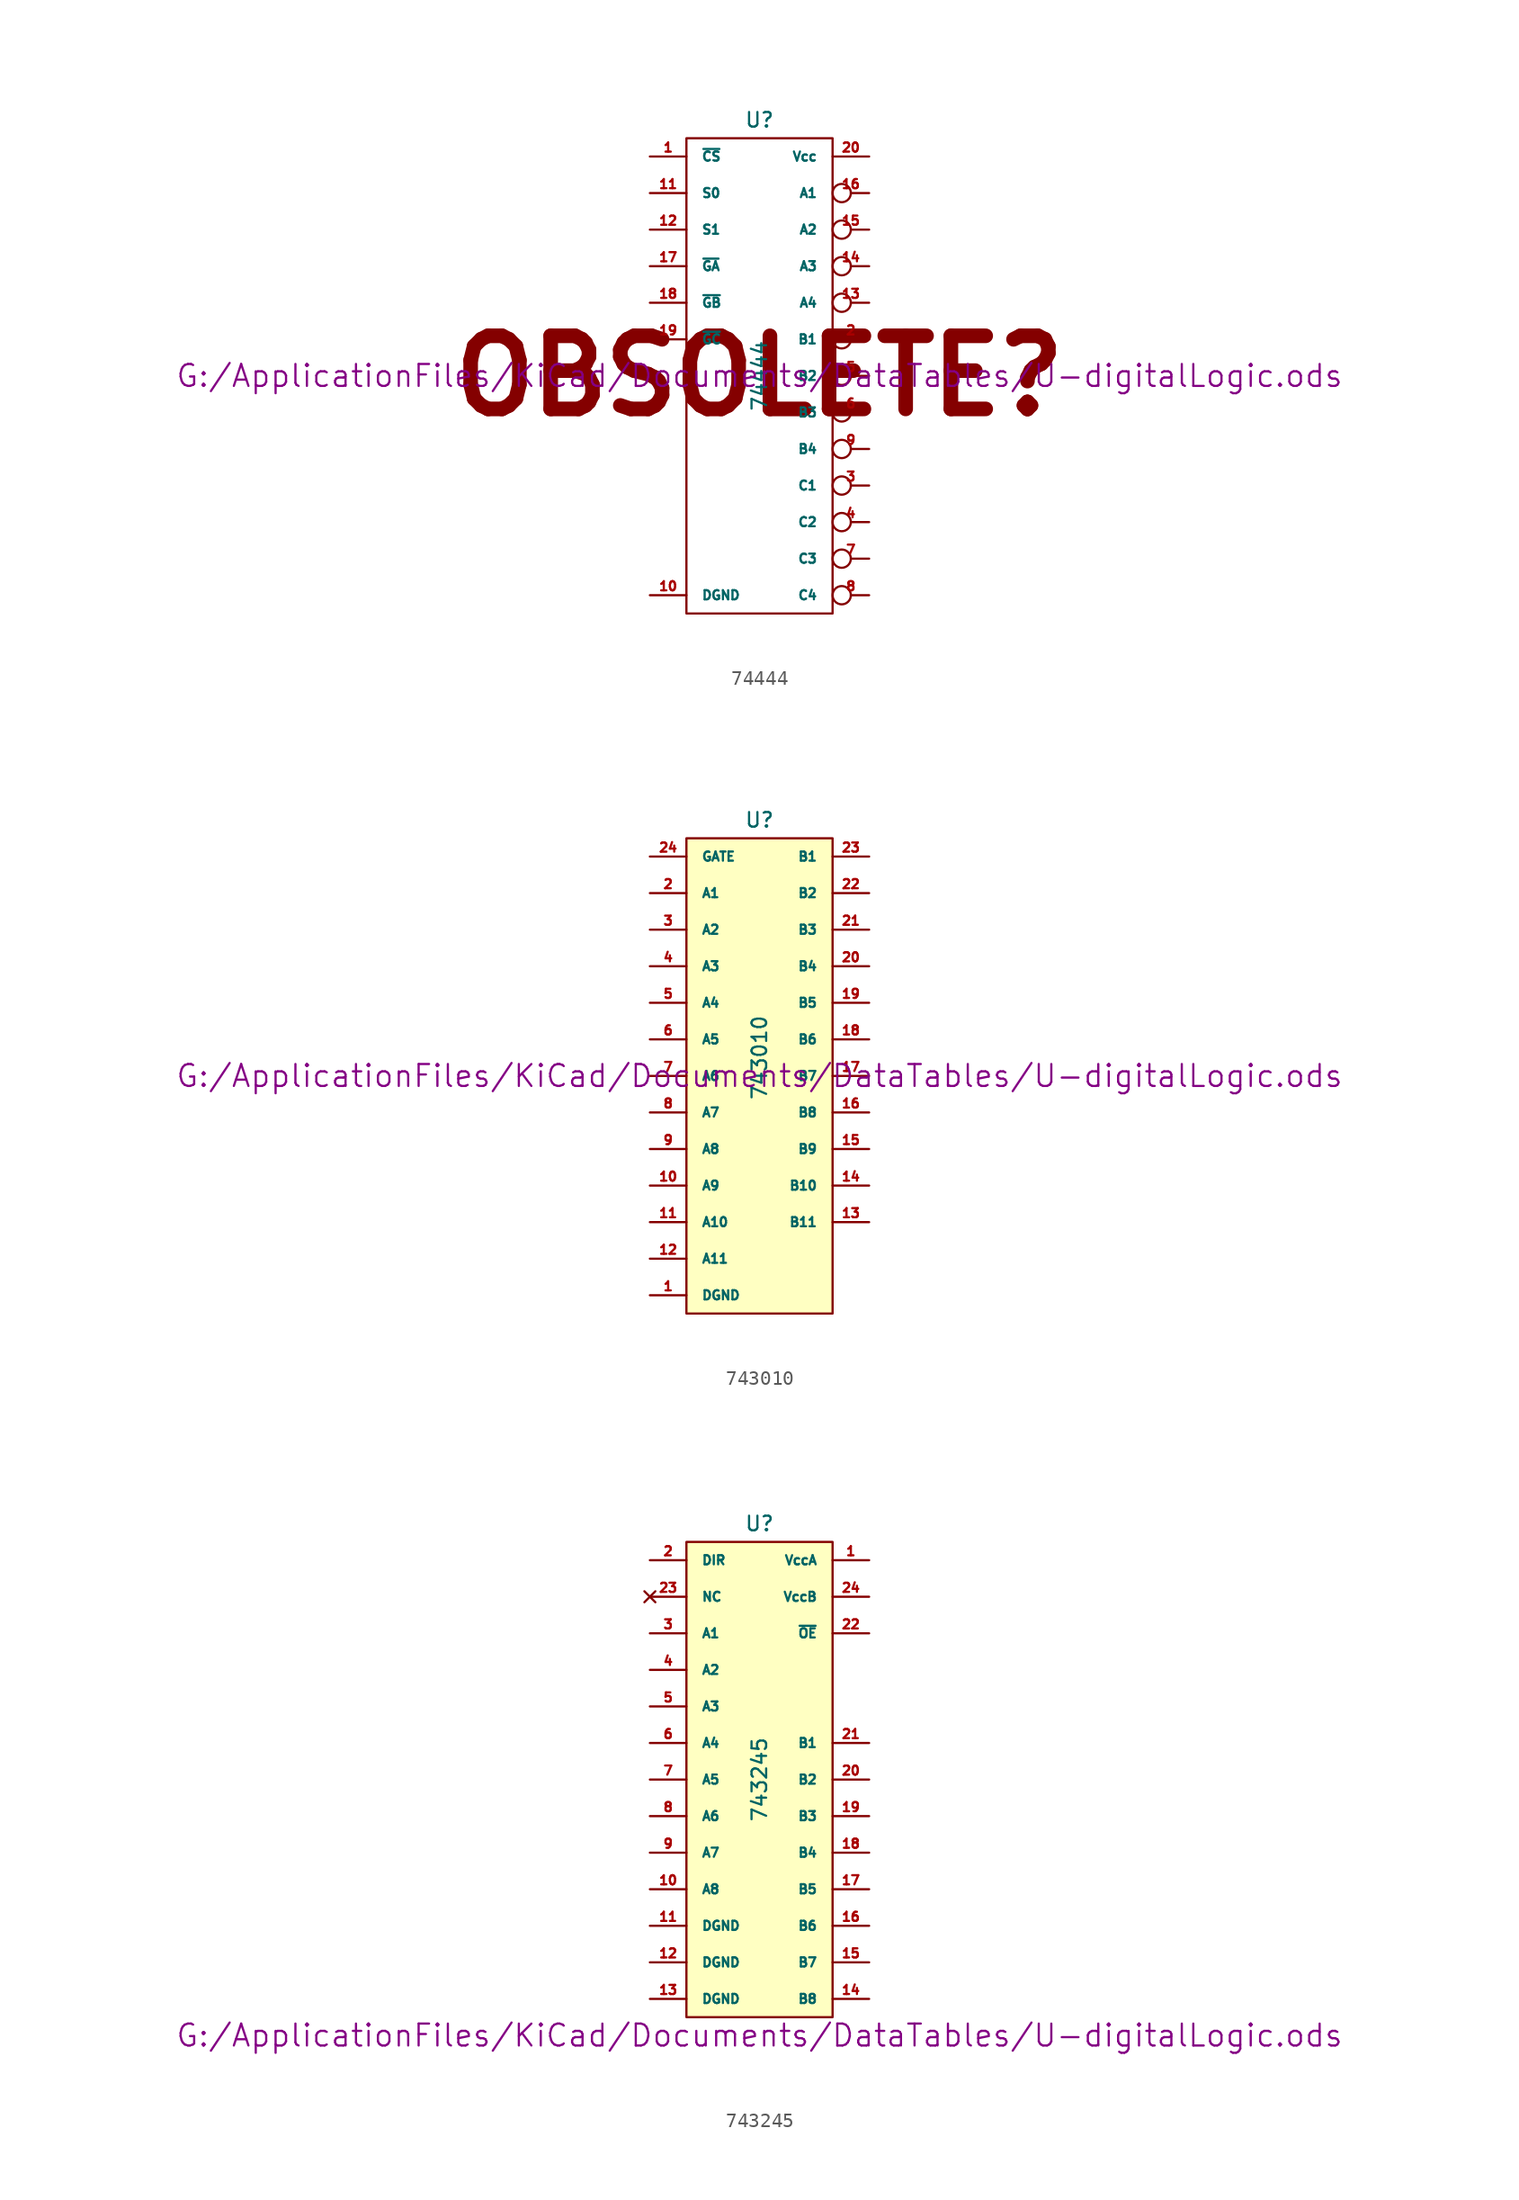
<source format=kicad_sym>
(kicad_symbol_lib
  (version 20211014)
  (generator kicad_symbol_editor)
  (symbol "74444"
    (pin_names
      (offset 1.016))
    (property "Reference" "U"
      (at 0 17.78 0)
      (effects (font (size 1.016 1.016))))
    (property "Value" "74444"
      (at 0 0 90)
      (effects (font (size 1.016 1.016))))
    (property "Footprint" ""
      (at 0 0 0)
      (effects (font (size 1.524 1.524))))
    (property "Datasheet" "G:/ApplicationFiles/KiCad/Documents/DataTables/U-digitalLogic.ods"
      (at 0 0 0)
      (effects (font (size 1.524 1.524))))
    (symbol "74444_0_0"
      (text "OBSOLETE?" (at 0 0 0) (effects (font (size 5.08 5.08) bold))))
    (symbol "74444_0_1"
      (rectangle (start -5.08 16.51) (end 5.08 -16.51) (stroke (width 0) (type default) (color 0 0 0 0)) (fill (type none))))
    (symbol "74444_1_1"
      (pin input line (at -7.62 15.24 0) (length 2.54) (name "~{CS}" (effects (font (size 0.635 0.635)))) (number "1" (effects (font (size 0.635 0.635)))))
      (pin power_in line (at -7.62 -15.24 0) (length 2.54) (name "DGND" (effects (font (size 0.635 0.635)))) (number "10" (effects (font (size 0.635 0.635)))))
      (pin input line (at -7.62 12.7 0) (length 2.54) (name "S0" (effects (font (size 0.635 0.635)))) (number "11" (effects (font (size 0.635 0.635)))))
      (pin input line (at -7.62 10.16 0) (length 2.54) (name "S1" (effects (font (size 0.635 0.635)))) (number "12" (effects (font (size 0.635 0.635)))))
      (pin tri_state inverted (at 7.62 5.08 180) (length 2.54) (name "A4" (effects (font (size 0.635 0.635)))) (number "13" (effects (font (size 0.635 0.635)))))
      (pin tri_state inverted (at 7.62 7.62 180) (length 2.54) (name "A3" (effects (font (size 0.635 0.635)))) (number "14" (effects (font (size 0.635 0.635)))))
      (pin tri_state inverted (at 7.62 10.16 180) (length 2.54) (name "A2" (effects (font (size 0.635 0.635)))) (number "15" (effects (font (size 0.635 0.635)))))
      (pin tri_state inverted (at 7.62 12.7 180) (length 2.54) (name "A1" (effects (font (size 0.635 0.635)))) (number "16" (effects (font (size 0.635 0.635)))))
      (pin input line (at -7.62 7.62 0) (length 2.54) (name "~{GA}" (effects (font (size 0.635 0.635)))) (number "17" (effects (font (size 0.635 0.635)))))
      (pin input line (at -7.62 5.08 0) (length 2.54) (name "~{GB}" (effects (font (size 0.635 0.635)))) (number "18" (effects (font (size 0.635 0.635)))))
      (pin input line (at -7.62 2.54 0) (length 2.54) (name "~{GC}" (effects (font (size 0.635 0.635)))) (number "19" (effects (font (size 0.635 0.635)))))
      (pin tri_state inverted (at 7.62 2.54 180) (length 2.54) (name "B1" (effects (font (size 0.635 0.635)))) (number "2" (effects (font (size 0.635 0.635)))))
      (pin power_in line (at 7.62 15.24 180) (length 2.54) (name "Vcc" (effects (font (size 0.635 0.635)))) (number "20" (effects (font (size 0.635 0.635)))))
      (pin tri_state inverted (at 7.62 -7.62 180) (length 2.54) (name "C1" (effects (font (size 0.635 0.635)))) (number "3" (effects (font (size 0.635 0.635)))))
      (pin tri_state inverted (at 7.62 -10.16 180) (length 2.54) (name "C2" (effects (font (size 0.635 0.635)))) (number "4" (effects (font (size 0.635 0.635)))))
      (pin tri_state inverted (at 7.62 0 180) (length 2.54) (name "B2" (effects (font (size 0.635 0.635)))) (number "5" (effects (font (size 0.635 0.635)))))
      (pin tri_state inverted (at 7.62 -2.54 180) (length 2.54) (name "B3" (effects (font (size 0.635 0.635)))) (number "6" (effects (font (size 0.635 0.635)))))
      (pin tri_state inverted (at 7.62 -12.7 180) (length 2.54) (name "C3" (effects (font (size 0.635 0.635)))) (number "7" (effects (font (size 0.635 0.635)))))
      (pin tri_state inverted (at 7.62 -15.24 180) (length 2.54) (name "C4" (effects (font (size 0.635 0.635)))) (number "8" (effects (font (size 0.635 0.635)))))
      (pin tri_state inverted (at 7.62 -5.08 180) (length 2.54) (name "B4" (effects (font (size 0.635 0.635)))) (number "9" (effects (font (size 0.635 0.635)))))))
  (symbol "743010"
    (pin_names
      (offset 1.016))
    (property "Reference" "U"
      (at 0 17.78 0)
      (effects (font (size 1.016 1.016))))
    (property "Value" "743010"
      (at 0 1.27 90)
      (effects (font (size 1.016 1.016))))
    (property "Footprint" ""
      (at 0 0 0)
      (effects (font (size 1.524 1.524))))
    (property "Datasheet" "G:/ApplicationFiles/KiCad/Documents/DataTables/U-digitalLogic.ods"
      (at 0 0 0)
      (effects (font (size 1.524 1.524))))
    (symbol "743010_0_1"
      (rectangle (start -5.08 16.51) (end 5.08 -16.51) (stroke (width 0) (type default) (color 0 0 0 0)) (fill (type background))))
    (symbol "743010_1_1"
      (pin power_in line (at -7.62 -15.24 0) (length 2.54) (name "DGND" (effects (font (size 0.635 0.635)))) (number "1" (effects (font (size 0.635 0.635)))))
      (pin bidirectional line (at -7.62 -7.62 0) (length 2.54) (name "A9" (effects (font (size 0.635 0.635)))) (number "10" (effects (font (size 0.635 0.635)))))
      (pin bidirectional line (at -7.62 -10.16 0) (length 2.54) (name "A10" (effects (font (size 0.635 0.635)))) (number "11" (effects (font (size 0.635 0.635)))))
      (pin bidirectional line (at -7.62 -12.7 0) (length 2.54) (name "A11" (effects (font (size 0.635 0.635)))) (number "12" (effects (font (size 0.635 0.635)))))
      (pin bidirectional line (at 7.62 -10.16 180) (length 2.54) (name "B11" (effects (font (size 0.635 0.635)))) (number "13" (effects (font (size 0.635 0.635)))))
      (pin bidirectional line (at 7.62 -7.62 180) (length 2.54) (name "B10" (effects (font (size 0.635 0.635)))) (number "14" (effects (font (size 0.635 0.635)))))
      (pin bidirectional line (at 7.62 -5.08 180) (length 2.54) (name "B9" (effects (font (size 0.635 0.635)))) (number "15" (effects (font (size 0.635 0.635)))))
      (pin bidirectional line (at 7.62 -2.54 180) (length 2.54) (name "B8" (effects (font (size 0.635 0.635)))) (number "16" (effects (font (size 0.635 0.635)))))
      (pin bidirectional line (at 7.62 0 180) (length 2.54) (name "B7" (effects (font (size 0.635 0.635)))) (number "17" (effects (font (size 0.635 0.635)))))
      (pin bidirectional line (at 7.62 2.54 180) (length 2.54) (name "B6" (effects (font (size 0.635 0.635)))) (number "18" (effects (font (size 0.635 0.635)))))
      (pin bidirectional line (at 7.62 5.08 180) (length 2.54) (name "B5" (effects (font (size 0.635 0.635)))) (number "19" (effects (font (size 0.635 0.635)))))
      (pin bidirectional line (at -7.62 12.7 0) (length 2.54) (name "A1" (effects (font (size 0.635 0.635)))) (number "2" (effects (font (size 0.635 0.635)))))
      (pin bidirectional line (at 7.62 7.62 180) (length 2.54) (name "B4" (effects (font (size 0.635 0.635)))) (number "20" (effects (font (size 0.635 0.635)))))
      (pin bidirectional line (at 7.62 10.16 180) (length 2.54) (name "B3" (effects (font (size 0.635 0.635)))) (number "21" (effects (font (size 0.635 0.635)))))
      (pin bidirectional line (at 7.62 12.7 180) (length 2.54) (name "B2" (effects (font (size 0.635 0.635)))) (number "22" (effects (font (size 0.635 0.635)))))
      (pin bidirectional line (at 7.62 15.24 180) (length 2.54) (name "B1" (effects (font (size 0.635 0.635)))) (number "23" (effects (font (size 0.635 0.635)))))
      (pin input line (at -7.62 15.24 0) (length 2.54) (name "GATE" (effects (font (size 0.635 0.635)))) (number "24" (effects (font (size 0.635 0.635)))))
      (pin bidirectional line (at -7.62 10.16 0) (length 2.54) (name "A2" (effects (font (size 0.635 0.635)))) (number "3" (effects (font (size 0.635 0.635)))))
      (pin bidirectional line (at -7.62 7.62 0) (length 2.54) (name "A3" (effects (font (size 0.635 0.635)))) (number "4" (effects (font (size 0.635 0.635)))))
      (pin bidirectional line (at -7.62 5.08 0) (length 2.54) (name "A4" (effects (font (size 0.635 0.635)))) (number "5" (effects (font (size 0.635 0.635)))))
      (pin bidirectional line (at -7.62 2.54 0) (length 2.54) (name "A5" (effects (font (size 0.635 0.635)))) (number "6" (effects (font (size 0.635 0.635)))))
      (pin bidirectional line (at -7.62 0 0) (length 2.54) (name "A6" (effects (font (size 0.635 0.635)))) (number "7" (effects (font (size 0.635 0.635)))))
      (pin bidirectional line (at -7.62 -2.54 0) (length 2.54) (name "A7" (effects (font (size 0.635 0.635)))) (number "8" (effects (font (size 0.635 0.635)))))
      (pin bidirectional line (at -7.62 -5.08 0) (length 2.54) (name "A8" (effects (font (size 0.635 0.635)))) (number "9" (effects (font (size 0.635 0.635)))))))
  (symbol "743245"
    (pin_names
      (offset 1.016))
    (property "Reference" "U"
      (at 0 17.78 0)
      (effects (font (size 1.016 1.016))))
    (property "Value" "743245"
      (at 0 0 90)
      (effects (font (size 1.016 1.016))))
    (property "Footprint" ""
      (at 0 -17.78 0)
      (effects (font (size 1.524 1.524))))
    (property "Datasheet" "G:/ApplicationFiles/KiCad/Documents/DataTables/U-digitalLogic.ods"
      (at 0 -17.78 0)
      (effects (font (size 1.524 1.524))))
    (symbol "743245_0_1"
      (rectangle (start -5.08 16.51) (end 5.08 -16.51) (stroke (width 0) (type default) (color 0 0 0 0)) (fill (type background))))
    (symbol "743245_1_1"
      (pin power_in line (at 7.62 15.24 180) (length 2.54) (name "VccA" (effects (font (size 0.635 0.635)))) (number "1" (effects (font (size 0.635 0.635)))))
      (pin tri_state line (at -7.62 -7.62 0) (length 2.54) (name "A8" (effects (font (size 0.635 0.635)))) (number "10" (effects (font (size 0.635 0.635)))))
      (pin power_in line (at -7.62 -10.16 0) (length 2.54) (name "DGND" (effects (font (size 0.635 0.635)))) (number "11" (effects (font (size 0.635 0.635)))))
      (pin power_in line (at -7.62 -12.7 0) (length 2.54) (name "DGND" (effects (font (size 0.635 0.635)))) (number "12" (effects (font (size 0.635 0.635)))))
      (pin power_in line (at -7.62 -15.24 0) (length 2.54) (name "DGND" (effects (font (size 0.635 0.635)))) (number "13" (effects (font (size 0.635 0.635)))))
      (pin tri_state line (at 7.62 -15.24 180) (length 2.54) (name "B8" (effects (font (size 0.635 0.635)))) (number "14" (effects (font (size 0.635 0.635)))))
      (pin tri_state line (at 7.62 -12.7 180) (length 2.54) (name "B7" (effects (font (size 0.635 0.635)))) (number "15" (effects (font (size 0.635 0.635)))))
      (pin tri_state line (at 7.62 -10.16 180) (length 2.54) (name "B6" (effects (font (size 0.635 0.635)))) (number "16" (effects (font (size 0.635 0.635)))))
      (pin tri_state line (at 7.62 -7.62 180) (length 2.54) (name "B5" (effects (font (size 0.635 0.635)))) (number "17" (effects (font (size 0.635 0.635)))))
      (pin tri_state line (at 7.62 -5.08 180) (length 2.54) (name "B4" (effects (font (size 0.635 0.635)))) (number "18" (effects (font (size 0.635 0.635)))))
      (pin tri_state line (at 7.62 -2.54 180) (length 2.54) (name "B3" (effects (font (size 0.635 0.635)))) (number "19" (effects (font (size 0.635 0.635)))))
      (pin input line (at -7.62 15.24 0) (length 2.54) (name "DIR" (effects (font (size 0.635 0.635)))) (number "2" (effects (font (size 0.635 0.635)))))
      (pin tri_state line (at 7.62 0 180) (length 2.54) (name "B2" (effects (font (size 0.635 0.635)))) (number "20" (effects (font (size 0.635 0.635)))))
      (pin tri_state line (at 7.62 2.54 180) (length 2.54) (name "B1" (effects (font (size 0.635 0.635)))) (number "21" (effects (font (size 0.635 0.635)))))
      (pin output line (at 7.62 10.16 180) (length 2.54) (name "~{OE}" (effects (font (size 0.635 0.635)))) (number "22" (effects (font (size 0.635 0.635)))))
      (pin no_connect line (at -7.62 12.7 0) (length 2.54) (name "NC" (effects (font (size 0.635 0.635)))) (number "23" (effects (font (size 0.635 0.635)))))
      (pin power_in line (at 7.62 12.7 180) (length 2.54) (name "VccB" (effects (font (size 0.635 0.635)))) (number "24" (effects (font (size 0.635 0.635)))))
      (pin tri_state line (at -7.62 10.16 0) (length 2.54) (name "A1" (effects (font (size 0.635 0.635)))) (number "3" (effects (font (size 0.635 0.635)))))
      (pin tri_state line (at -7.62 7.62 0) (length 2.54) (name "A2" (effects (font (size 0.635 0.635)))) (number "4" (effects (font (size 0.635 0.635)))))
      (pin tri_state line (at -7.62 5.08 0) (length 2.54) (name "A3" (effects (font (size 0.635 0.635)))) (number "5" (effects (font (size 0.635 0.635)))))
      (pin tri_state line (at -7.62 2.54 0) (length 2.54) (name "A4" (effects (font (size 0.635 0.635)))) (number "6" (effects (font (size 0.635 0.635)))))
      (pin tri_state line (at -7.62 0 0) (length 2.54) (name "A5" (effects (font (size 0.635 0.635)))) (number "7" (effects (font (size 0.635 0.635)))))
      (pin tri_state line (at -7.62 -2.54 0) (length 2.54) (name "A6" (effects (font (size 0.635 0.635)))) (number "8" (effects (font (size 0.635 0.635)))))
      (pin tri_state line (at -7.62 -5.08 0) (length 2.54) (name "A7" (effects (font (size 0.635 0.635)))) (number "9" (effects (font (size 0.635 0.635))))))))
</source>
